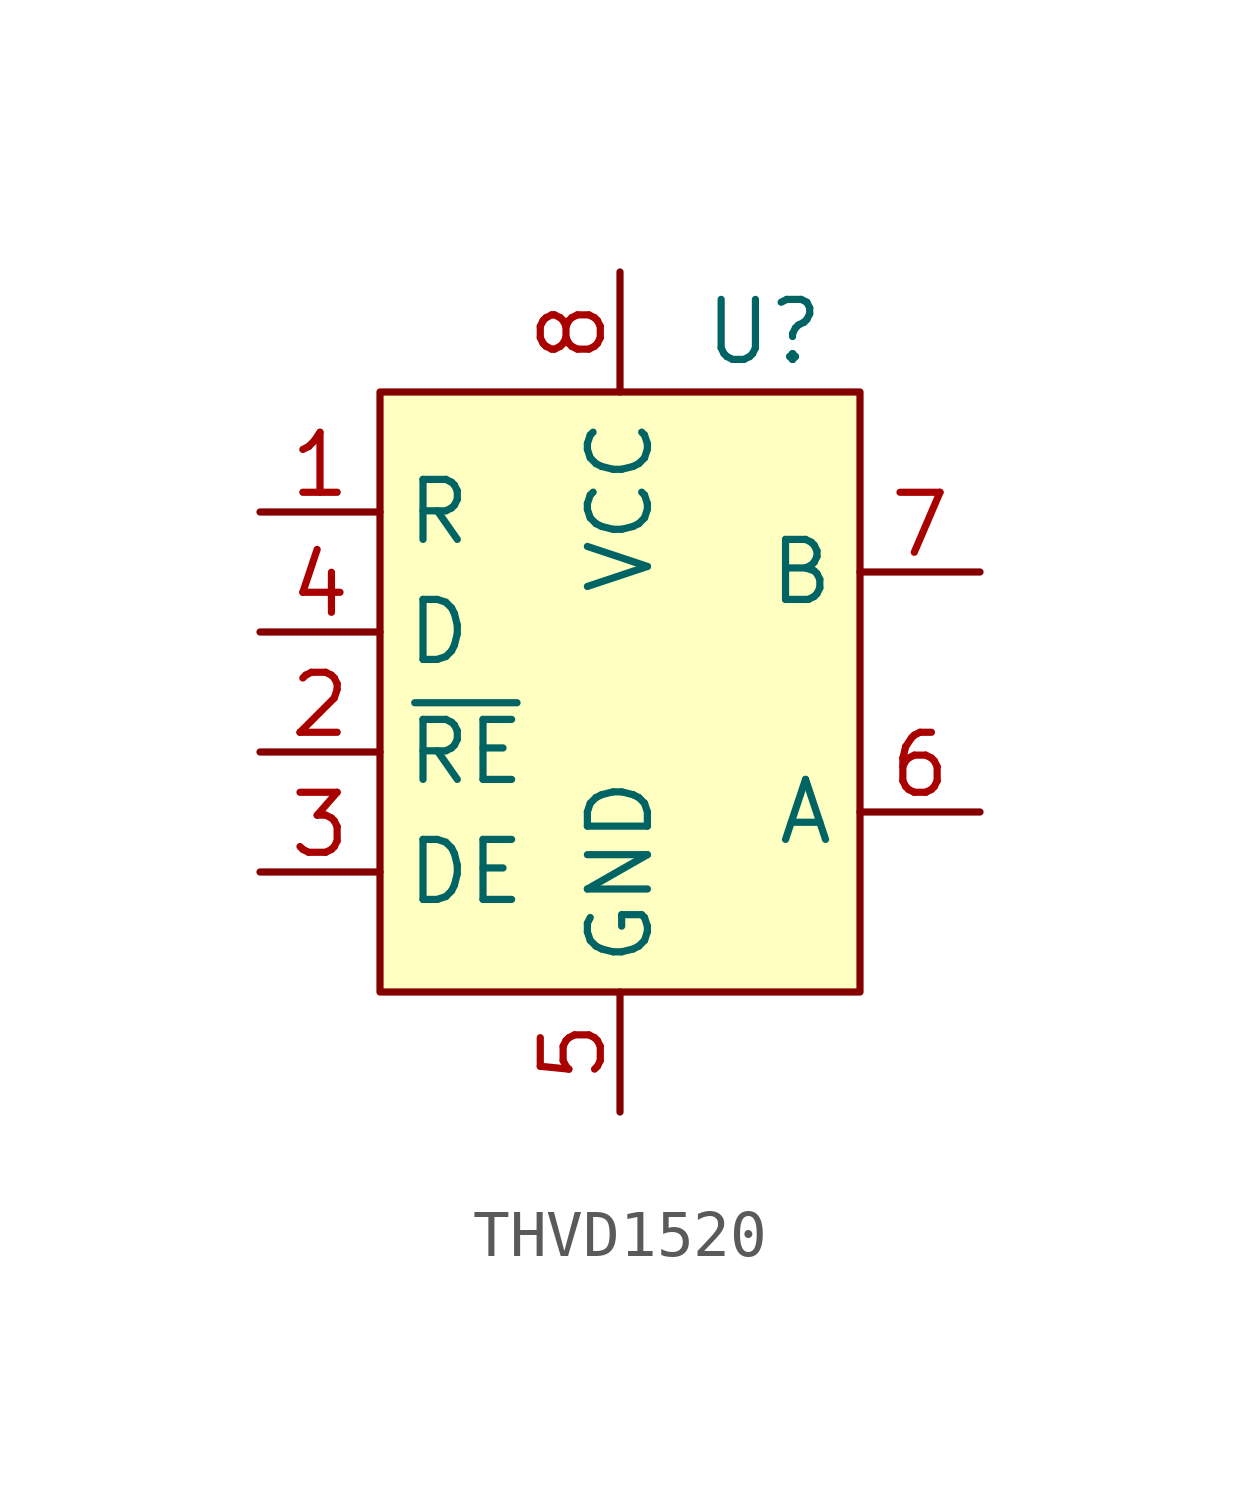
<source format=kicad_sym>
(kicad_symbol_lib
  (version 20241209)
  (generator "kicad_symbol_editor")
  (generator_version "9.0")
  (symbol "THVD1520"
    (property "Reference" "U"
      (at 4.318 2.54 0)
      (effects (font (size 1.27 1.27))))
    (property "Value" ""
      (at 0 0 0)
      (effects (font (size 1.27 1.27))))
    (symbol "THVD1520_1_1"
      (rectangle (start -3.81 1.27) (end 6.35 -11.43) (stroke (width 0) (type solid)) (fill (type color) (color 255 255 194 1)))
      (pin free line (at -6.35 -1.27 0) (length 2.54) (name "R" (effects (font (size 1.27 1.27)))) (number "1" (effects (font (size 1.27 1.27)))))
      (pin free line (at -6.35 -3.81 0) (length 2.54) (name "D" (effects (font (size 1.27 1.27)))) (number "4" (effects (font (size 1.27 1.27)))))
      (pin free line (at -6.35 -6.35 0) (length 2.54) (name "~{RE}" (effects (font (size 1.27 1.27)))) (number "2" (effects (font (size 1.27 1.27)))))
      (pin free line (at -6.35 -8.89 0) (length 2.54) (name "DE" (effects (font (size 1.27 1.27)))) (number "3" (effects (font (size 1.27 1.27)))))
      (pin free line (at 1.27 3.81 270) (length 2.54) (name "VCC" (effects (font (size 1.27 1.27)))) (number "8" (effects (font (size 1.27 1.27)))))
      (pin free line (at 1.27 -13.97 90) (length 2.54) (name "GND" (effects (font (size 1.27 1.27)))) (number "5" (effects (font (size 1.27 1.27)))))
      (pin free line (at 8.89 -2.54 180) (length 2.54) (name "B" (effects (font (size 1.27 1.27)))) (number "7" (effects (font (size 1.27 1.27)))))
      (pin free line (at 8.89 -7.62 180) (length 2.54) (name "A" (effects (font (size 1.27 1.27)))) (number "6" (effects (font (size 1.27 1.27))))))))
</source>
